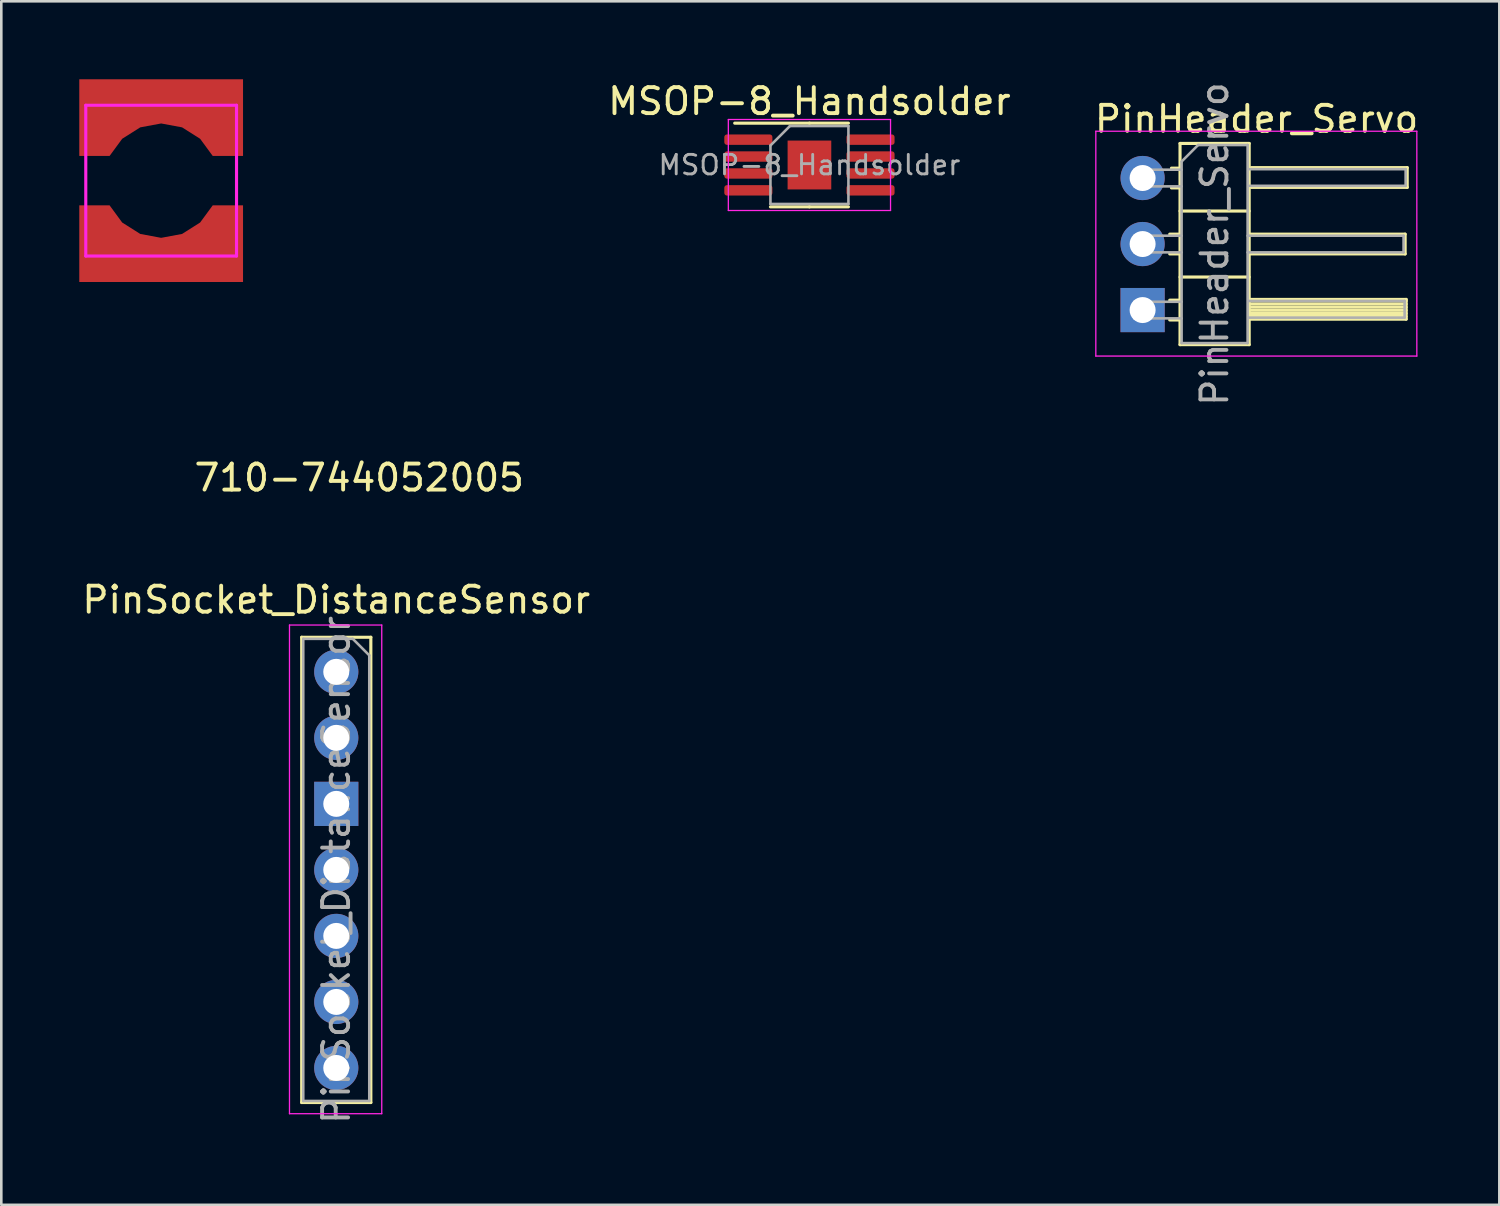
<source format=kicad_pcb>
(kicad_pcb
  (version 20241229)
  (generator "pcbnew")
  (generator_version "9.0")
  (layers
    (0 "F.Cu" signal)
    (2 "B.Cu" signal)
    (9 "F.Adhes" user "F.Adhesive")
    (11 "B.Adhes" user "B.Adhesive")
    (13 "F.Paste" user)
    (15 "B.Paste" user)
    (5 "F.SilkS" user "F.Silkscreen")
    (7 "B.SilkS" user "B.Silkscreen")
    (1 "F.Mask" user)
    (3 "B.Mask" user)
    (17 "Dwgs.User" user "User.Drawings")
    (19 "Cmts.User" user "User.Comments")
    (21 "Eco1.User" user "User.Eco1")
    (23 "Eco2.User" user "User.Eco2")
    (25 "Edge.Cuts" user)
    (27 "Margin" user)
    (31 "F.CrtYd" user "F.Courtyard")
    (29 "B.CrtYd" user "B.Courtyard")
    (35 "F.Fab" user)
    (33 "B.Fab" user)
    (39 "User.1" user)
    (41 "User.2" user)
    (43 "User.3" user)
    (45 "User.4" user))
  (footprint "PinHeader_Servo"
    (layer "F.Cu")
    (at 40.909 3.799)
    (property "Reference" "PinHeader_Servo" (at 4.385 -2.27 0) (layer "F.SilkS") (effects (font (size 1 1) (thickness 0.15))))
    (attr through_hole)
    (fp_line (start 1.043 2.16) (end 1.44 2.16) (stroke (width 0.12) (type solid)) (layer "F.SilkS"))
    (fp_line (start 1.043 2.92) (end 1.44 2.92) (stroke (width 0.12) (type solid)) (layer "F.SilkS"))
    (fp_line (start 1.043 4.7) (end 1.44 4.7) (stroke (width 0.12) (type solid)) (layer "F.SilkS"))
    (fp_line (start 1.043 5.46) (end 1.44 5.46) (stroke (width 0.12) (type solid)) (layer "F.SilkS"))
    (fp_line (start 1.11 -0.38) (end 1.44 -0.38) (stroke (width 0.12) (type solid)) (layer "F.SilkS"))
    (fp_line (start 1.11 0.38) (end 1.44 0.38) (stroke (width 0.12) (type solid)) (layer "F.SilkS"))
    (fp_line (start 1.44 -1.33) (end 1.44 6.41) (stroke (width 0.12) (type solid)) (layer "F.SilkS"))
    (fp_line (start 1.44 1.27) (end 4.1 1.27) (stroke (width 0.12) (type solid)) (layer "F.SilkS"))
    (fp_line (start 1.44 3.81) (end 4.1 3.81) (stroke (width 0.12) (type solid)) (layer "F.SilkS"))
    (fp_line (start 1.44 6.41) (end 4.1 6.41) (stroke (width 0.12) (type solid)) (layer "F.SilkS"))
    (fp_line (start 4.1 -1.33) (end 1.44 -1.33) (stroke (width 0.12) (type solid)) (layer "F.SilkS"))
    (fp_line (start 4.1 2.16) (end 10.1 2.16) (stroke (width 0.12) (type solid)) (layer "F.SilkS"))
    (fp_line (start 4.1 6.41) (end 4.1 -1.33) (stroke (width 0.12) (type solid)) (layer "F.SilkS"))
    (fp_line (start 4.14 4.67) (end 10.14 4.67) (stroke (width 0.12) (type solid)) (layer "F.SilkS"))
    (fp_line (start 4.14 4.73) (end 10.14 4.73) (stroke (width 0.12) (type solid)) (layer "F.SilkS"))
    (fp_line (start 4.14 4.85) (end 10.14 4.85) (stroke (width 0.12) (type solid)) (layer "F.SilkS"))
    (fp_line (start 4.14 4.97) (end 10.14 4.97) (stroke (width 0.12) (type solid)) (layer "F.SilkS"))
    (fp_line (start 4.14 5.09) (end 10.14 5.09) (stroke (width 0.12) (type solid)) (layer "F.SilkS"))
    (fp_line (start 4.14 5.21) (end 10.14 5.21) (stroke (width 0.12) (type solid)) (layer "F.SilkS"))
    (fp_line (start 4.14 5.33) (end 10.14 5.33) (stroke (width 0.12) (type solid)) (layer "F.SilkS"))
    (fp_line (start 4.18 -0.4) (end 10.18 -0.4) (stroke (width 0.12) (type solid)) (layer "F.SilkS"))
    (fp_line (start 10.1 2.16) (end 10.1 2.92) (stroke (width 0.12) (type solid)) (layer "F.SilkS"))
    (fp_line (start 10.1 2.92) (end 4.1 2.92) (stroke (width 0.12) (type solid)) (layer "F.SilkS"))
    (fp_line (start 10.14 4.67) (end 10.14 5.43) (stroke (width 0.12) (type solid)) (layer "F.SilkS"))
    (fp_line (start 10.14 5.43) (end 4.14 5.43) (stroke (width 0.12) (type solid)) (layer "F.SilkS"))
    (fp_line (start 10.18 -0.4) (end 10.18 0.36) (stroke (width 0.12) (type solid)) (layer "F.SilkS"))
    (fp_line (start 10.18 0.36) (end 4.18 0.36) (stroke (width 0.12) (type solid)) (layer "F.SilkS"))
    (fp_line (start -1.8 -1.8) (end -1.8 6.85) (stroke (width 0.05) (type solid)) (layer "F.CrtYd"))
    (fp_line (start -1.8 6.85) (end 10.55 6.85) (stroke (width 0.05) (type solid)) (layer "F.CrtYd"))
    (fp_line (start 10.55 -1.8) (end -1.8 -1.8) (stroke (width 0.05) (type solid)) (layer "F.CrtYd"))
    (fp_line (start 10.55 6.85) (end 10.55 -1.8) (stroke (width 0.05) (type solid)) (layer "F.CrtYd"))
    (fp_line (start -0.32 -0.32) (end -0.32 0.32) (stroke (width 0.1) (type solid)) (layer "F.Fab"))
    (fp_line (start -0.32 -0.32) (end 1.5 -0.32) (stroke (width 0.1) (type solid)) (layer "F.Fab"))
    (fp_line (start -0.32 0.32) (end 1.5 0.32) (stroke (width 0.1) (type solid)) (layer "F.Fab"))
    (fp_line (start -0.32 2.22) (end -0.32 2.86) (stroke (width 0.1) (type solid)) (layer "F.Fab"))
    (fp_line (start -0.32 2.22) (end 1.5 2.22) (stroke (width 0.1) (type solid)) (layer "F.Fab"))
    (fp_line (start -0.32 2.86) (end 1.5 2.86) (stroke (width 0.1) (type solid)) (layer "F.Fab"))
    (fp_line (start -0.32 4.76) (end -0.32 5.4) (stroke (width 0.1) (type solid)) (layer "F.Fab"))
    (fp_line (start -0.32 4.76) (end 1.5 4.76) (stroke (width 0.1) (type solid)) (layer "F.Fab"))
    (fp_line (start -0.32 5.4) (end 1.5 5.4) (stroke (width 0.1) (type solid)) (layer "F.Fab"))
    (fp_line (start 1.5 -0.635) (end 2.135 -1.27) (stroke (width 0.1) (type solid)) (layer "F.Fab"))
    (fp_line (start 1.5 6.35) (end 1.5 -0.635) (stroke (width 0.1) (type solid)) (layer "F.Fab"))
    (fp_line (start 2.135 -1.27) (end 4.04 -1.27) (stroke (width 0.1) (type solid)) (layer "F.Fab"))
    (fp_line (start 4.04 -1.27) (end 4.04 6.35) (stroke (width 0.1) (type solid)) (layer "F.Fab"))
    (fp_line (start 4.04 2.22) (end 10.04 2.22) (stroke (width 0.1) (type solid)) (layer "F.Fab"))
    (fp_line (start 4.04 2.86) (end 10.04 2.86) (stroke (width 0.1) (type solid)) (layer "F.Fab"))
    (fp_line (start 4.04 6.35) (end 1.5 6.35) (stroke (width 0.1) (type solid)) (layer "F.Fab"))
    (fp_line (start 4.08 4.73) (end 10.08 4.73) (stroke (width 0.1) (type solid)) (layer "F.Fab"))
    (fp_line (start 4.08 5.37) (end 10.08 5.37) (stroke (width 0.1) (type solid)) (layer "F.Fab"))
    (fp_line (start 4.12 -0.34) (end 10.12 -0.34) (stroke (width 0.1) (type solid)) (layer "F.Fab"))
    (fp_line (start 4.12 0.3) (end 10.12 0.3) (stroke (width 0.1) (type solid)) (layer "F.Fab"))
    (fp_line (start 10.04 2.22) (end 10.04 2.86) (stroke (width 0.1) (type solid)) (layer "F.Fab"))
    (fp_line (start 10.08 4.73) (end 10.08 5.37) (stroke (width 0.1) (type solid)) (layer "F.Fab"))
    (fp_line (start 10.12 -0.34) (end 10.12 0.3) (stroke (width 0.1) (type solid)) (layer "F.Fab"))
    (fp_text user "${REFERENCE}" (at 2.77 2.54 90) (layer "F.Fab") (effects (font (size 1 1) (thickness 0.15))))
    (pad "1" thru_hole rect (at 0 5.08) (size 1.7 1.7) (drill 1) (layers "*.Cu" "*.Mask"))
    (pad "2" thru_hole oval (at 0 2.54) (size 1.7 1.7) (drill 1) (layers "*.Cu" "*.Mask"))
    (pad "3" thru_hole circle (at 0 0) (size 1.7 1.7) (drill 1) (layers "*.Cu" "*.Mask")))
  (footprint "710-744052005"
    (layer "F.Cu")
    (at 3.15 3.9)
    (property "Reference" "710-744052005" (at 7.62 11.43 0) (layer "F.SilkS") (effects (font (size 1 1) (thickness 0.15))))
    (attr through_hole)
    (fp_line (start -2.9 -2.9) (end 2.9 -2.9) (stroke (width 0.12) (type solid)) (layer "F.CrtYd"))
    (fp_line (start -2.9 2.9) (end -2.9 -2.9) (stroke (width 0.12) (type solid)) (layer "F.CrtYd"))
    (fp_line (start 2.9 -2.9) (end 2.9 2.9) (stroke (width 0.12) (type solid)) (layer "F.CrtYd"))
    (fp_line (start 2.9 2.9) (end -2.9 2.9) (stroke (width 0.12) (type solid)) (layer "F.CrtYd"))
    (pad "1" smd custom (at 0 -2.7) (size 6.3 0.95) (layers "F.Cu" "F.Mask" "F.Paste") (options (anchor rect)) (primitives (gr_poly (pts (xy -1.984 1.75) (xy -1.499 1.089) (xy -0.805 0.65) (xy 0 0.5) (xy 0.805 0.65) (xy 1.499 1.089) (xy 1.984 1.75) (xy 3.15 1.75) (xy 3.15 -1.2) (xy -3.15 -1.2) (xy -3.15 1.75)) (width 0) (fill yes))))
    (pad "2" smd custom (at 0 2.7 180) (size 6.3 0.95) (layers "F.Cu" "F.Mask" "F.Paste") (options (anchor rect)) (primitives (gr_poly (pts (xy -1.984 1.75) (xy -1.499 1.089) (xy -0.805 0.65) (xy 0 0.5) (xy 0.805 0.65) (xy 1.499 1.089) (xy 1.984 1.75) (xy 3.15 1.75) (xy 3.15 -1.2) (xy -3.15 -1.2) (xy -3.15 1.75)) (width 0) (fill yes)))))
  (footprint "MSOP-8_Handsolder"
    (layer "F.Cu")
    (at 28.091 3.298)
    (property "Reference" "MSOP-8_Handsolder" (at 0 -2.45 0) (layer "F.SilkS") (effects (font (size 1 1) (thickness 0.15))))
    (attr smd)
    (fp_line (start 0 -1.61) (end -2.875 -1.61) (stroke (width 0.12) (type solid)) (layer "F.SilkS"))
    (fp_line (start 0 -1.61) (end 1.5 -1.61) (stroke (width 0.12) (type solid)) (layer "F.SilkS"))
    (fp_line (start 0 1.61) (end -1.5 1.61) (stroke (width 0.12) (type solid)) (layer "F.SilkS"))
    (fp_line (start 0 1.61) (end 1.5 1.61) (stroke (width 0.12) (type solid)) (layer "F.SilkS"))
    (fp_line (start -3.12 -1.75) (end -3.12 1.75) (stroke (width 0.05) (type solid)) (layer "F.CrtYd"))
    (fp_line (start -3.12 1.75) (end 3.12 1.75) (stroke (width 0.05) (type solid)) (layer "F.CrtYd"))
    (fp_line (start 3.12 -1.75) (end -3.12 -1.75) (stroke (width 0.05) (type solid)) (layer "F.CrtYd"))
    (fp_line (start 3.12 1.75) (end 3.12 -1.75) (stroke (width 0.05) (type solid)) (layer "F.CrtYd"))
    (fp_line (start -1.5 -0.75) (end -0.75 -1.5) (stroke (width 0.1) (type solid)) (layer "F.Fab"))
    (fp_line (start -1.5 1.5) (end -1.5 -0.75) (stroke (width 0.1) (type solid)) (layer "F.Fab"))
    (fp_line (start -0.75 -1.5) (end 1.5 -1.5) (stroke (width 0.1) (type solid)) (layer "F.Fab"))
    (fp_line (start 1.5 -1.5) (end 1.5 1.5) (stroke (width 0.1) (type solid)) (layer "F.Fab"))
    (fp_line (start 1.5 1.5) (end -1.5 1.5) (stroke (width 0.1) (type solid)) (layer "F.Fab"))
    (fp_text user "${REFERENCE}" (at 0 0 0) (layer "F.Fab") (effects (font (size 0.75 0.75) (thickness 0.11))))
    (pad "" smd roundrect (at -0.42 -0.47) (size 0.68 0.76) (layers "F.Paste") (roundrect_rratio 0.25))
    (pad "" smd roundrect (at -0.42 0.47) (size 0.68 0.76) (layers "F.Paste") (roundrect_rratio 0.25))
    (pad "" smd roundrect (at 0.42 -0.47) (size 0.68 0.76) (layers "F.Paste") (roundrect_rratio 0.25))
    (pad "" smd roundrect (at 0.42 0.47) (size 0.68 0.76) (layers "F.Paste") (roundrect_rratio 0.25))
    (pad "1" smd roundrect (at -2.35 -0.975) (size 1.85 0.4) (layers "F.Cu" "F.Mask" "F.Paste") (roundrect_rratio 0.25))
    (pad "2" smd roundrect (at -2.35 -0.325) (size 1.85 0.4) (layers "F.Cu" "F.Mask" "F.Paste") (roundrect_rratio 0.25))
    (pad "3" smd roundrect (at -2.35 0.325) (size 1.85 0.4) (layers "F.Cu" "F.Mask" "F.Paste") (roundrect_rratio 0.25))
    (pad "4" smd roundrect (at -2.35 0.975) (size 1.85 0.4) (layers "F.Cu" "F.Mask" "F.Paste") (roundrect_rratio 0.25))
    (pad "5" smd roundrect (at 2.35 0.975) (size 1.85 0.4) (layers "F.Cu" "F.Mask" "F.Paste") (roundrect_rratio 0.25))
    (pad "6" smd roundrect (at 2.35 0.325) (size 1.85 0.4) (layers "F.Cu" "F.Mask" "F.Paste") (roundrect_rratio 0.25))
    (pad "7" smd roundrect (at 2.35 -0.325) (size 1.85 0.4) (layers "F.Cu" "F.Mask" "F.Paste") (roundrect_rratio 0.25))
    (pad "8" smd roundrect (at 2.35 -0.975) (size 1.85 0.4) (layers "F.Cu" "F.Mask" "F.Paste") (roundrect_rratio 0.25))
    (pad "9" smd rect (at 0 0) (size 1.68 1.88) (layers "F.Cu" "F.Mask")))
  (footprint "PinSocket_DistanceSensor"
    (layer "F.Cu")
    (at 9.887 22.797)
    (property "Reference" "PinSocket_DistanceSensor" (at 0 -2.77 0) (layer "F.SilkS") (effects (font (size 1 1) (thickness 0.15))))
    (attr through_hole)
    (fp_line (start -1.33 -1.33) (end -1.33 16.57) (stroke (width 0.12) (type solid)) (layer "F.SilkS"))
    (fp_line (start -1.33 -1.33) (end 1.33 -1.33) (stroke (width 0.12) (type solid)) (layer "F.SilkS"))
    (fp_line (start -1.33 16.57) (end 1.33 16.57) (stroke (width 0.12) (type solid)) (layer "F.SilkS"))
    (fp_line (start 1.33 -1.33) (end 1.33 16.57) (stroke (width 0.12) (type solid)) (layer "F.SilkS"))
    (fp_line (start -1.8 -1.8) (end 1.75 -1.8) (stroke (width 0.05) (type solid)) (layer "F.CrtYd"))
    (fp_line (start -1.8 17) (end -1.8 -1.8) (stroke (width 0.05) (type solid)) (layer "F.CrtYd"))
    (fp_line (start 1.75 -1.8) (end 1.75 17) (stroke (width 0.05) (type solid)) (layer "F.CrtYd"))
    (fp_line (start 1.75 17) (end -1.8 17) (stroke (width 0.05) (type solid)) (layer "F.CrtYd"))
    (fp_line (start -1.27 -1.27) (end 0.635 -1.27) (stroke (width 0.1) (type solid)) (layer "F.Fab"))
    (fp_line (start -1.27 16.51) (end -1.27 -1.27) (stroke (width 0.1) (type solid)) (layer "F.Fab"))
    (fp_line (start 0.635 -1.27) (end 1.27 -0.635) (stroke (width 0.1) (type solid)) (layer "F.Fab"))
    (fp_line (start 1.27 -0.635) (end 1.27 16.51) (stroke (width 0.1) (type solid)) (layer "F.Fab"))
    (fp_line (start 1.27 16.51) (end -1.27 16.51) (stroke (width 0.1) (type solid)) (layer "F.Fab"))
    (fp_text user "${REFERENCE}" (at 0 7.62 90) (layer "F.Fab") (effects (font (size 1 1) (thickness 0.15))))
    (pad "1" thru_hole circle (at 0 0) (size 1.7 1.7) (drill 1) (layers "*.Cu" "*.Mask"))
    (pad "2" thru_hole oval (at 0 2.54) (size 1.7 1.7) (drill 1) (layers "*.Cu" "*.Mask"))
    (pad "3" thru_hole rect (at 0 5.08) (size 1.7 1.7) (drill 1) (layers "*.Cu" "*.Mask"))
    (pad "4" thru_hole oval (at 0 7.62) (size 1.7 1.7) (drill 1) (layers "*.Cu" "*.Mask"))
    (pad "5" thru_hole oval (at 0 10.16) (size 1.7 1.7) (drill 1) (layers "*.Cu" "*.Mask"))
    (pad "6" thru_hole oval (at 0 12.7) (size 1.7 1.7) (drill 1) (layers "*.Cu" "*.Mask"))
    (pad "7" thru_hole oval (at 0 15.24) (size 1.7 1.7) (drill 1) (layers "*.Cu" "*.Mask")))
  (gr_rect
    (start -3 -3)
    (end 54.633 43.303)
    (stroke (width 0.1) (type default))
    (fill no)
    (layer "Edge.Cuts")))
</source>
